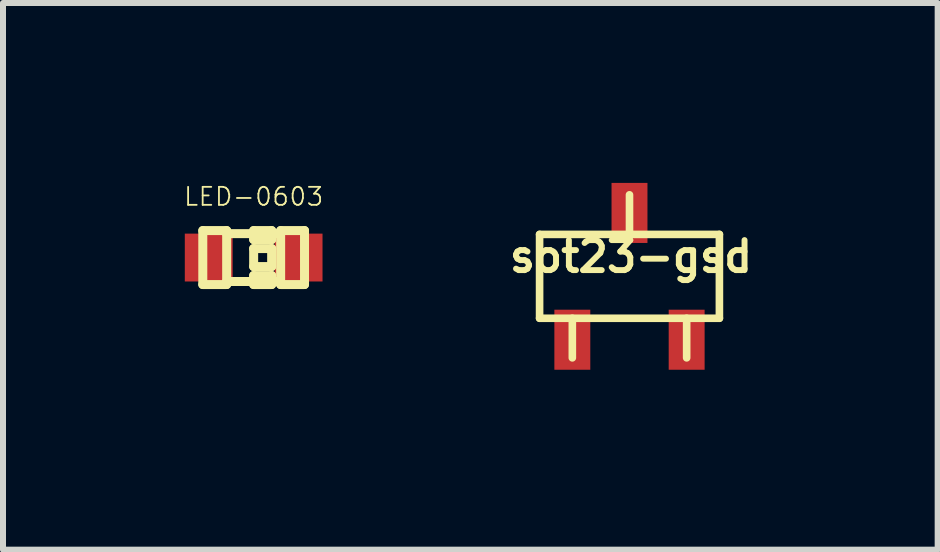
<source format=kicad_pcb>
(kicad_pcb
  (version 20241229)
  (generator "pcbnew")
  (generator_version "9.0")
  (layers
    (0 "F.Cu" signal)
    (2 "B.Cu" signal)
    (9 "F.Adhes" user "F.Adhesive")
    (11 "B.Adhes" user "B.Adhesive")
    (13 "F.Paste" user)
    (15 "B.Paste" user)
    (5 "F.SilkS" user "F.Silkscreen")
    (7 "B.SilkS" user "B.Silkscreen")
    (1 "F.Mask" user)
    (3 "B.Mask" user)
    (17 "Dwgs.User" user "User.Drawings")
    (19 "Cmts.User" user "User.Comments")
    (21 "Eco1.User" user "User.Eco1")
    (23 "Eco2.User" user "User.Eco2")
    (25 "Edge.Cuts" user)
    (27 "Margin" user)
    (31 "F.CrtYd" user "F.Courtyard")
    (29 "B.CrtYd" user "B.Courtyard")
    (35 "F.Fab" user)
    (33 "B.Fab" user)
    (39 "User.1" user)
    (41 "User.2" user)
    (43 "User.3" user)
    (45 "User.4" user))
  (footprint "sot23-gsd"
    (layer "F.Cu")
    (at 7.445 1.557)
    (property "Reference" "sot23-gsd" (at 0.025 -0.33 0) (layer "F.SilkS") (effects (font (size 0.5 0.5) (thickness 0.099))))
    (attr through_hole)
    (fp_line (start -1.499 -0.699) (end 1.499 -0.699) (stroke (width 0.127) (type solid)) (layer "F.SilkS"))
    (fp_line (start -1.499 0.699) (end -1.499 -0.699) (stroke (width 0.127) (type solid)) (layer "F.SilkS"))
    (fp_line (start -0.953 0.699) (end -0.953 1.359) (stroke (width 0.127) (type solid)) (layer "F.SilkS"))
    (fp_line (start 0 -0.699) (end 0 -1.359) (stroke (width 0.127) (type solid)) (layer "F.SilkS"))
    (fp_line (start 0.953 0.699) (end 0.953 1.359) (stroke (width 0.127) (type solid)) (layer "F.SilkS"))
    (fp_line (start 1.499 -0.699) (end 1.499 0.699) (stroke (width 0.127) (type solid)) (layer "F.SilkS"))
    (fp_line (start 1.499 0.699) (end -1.499 0.699) (stroke (width 0.127) (type solid)) (layer "F.SilkS"))
    (pad "D" smd rect (at 0 -1.057) (size 0.599 1.001) (layers "F.Cu" "F.Mask" "F.Paste"))
    (pad "G" smd rect (at -0.953 1.057) (size 0.599 1.001) (layers "F.Cu" "F.Mask" "F.Paste"))
    (pad "S" smd rect (at 0.953 1.057) (size 0.599 1.001) (layers "F.Cu" "F.Mask" "F.Paste")))
  (footprint "LED-0603"
    (layer "F.Cu")
    (at 1.179 1.244)
    (property "Reference" "LED-0603" (at 0 -1.016 0) (layer "F.SilkS") (effects (font (size 0.3 0.3) (thickness 0.03))))
    (attr smd)
    (fp_line (start -0.848 -0.45) (end -0.848 0.45) (stroke (width 0.15) (type solid)) (layer "F.SilkS"))
    (fp_line (start -0.848 -0.45) (end -0.45 -0.45) (stroke (width 0.15) (type solid)) (layer "F.SilkS"))
    (fp_line (start -0.848 0.45) (end -0.45 0.45) (stroke (width 0.15) (type solid)) (layer "F.SilkS"))
    (fp_line (start -0.45 -0.45) (end -0.45 0.45) (stroke (width 0.15) (type solid)) (layer "F.SilkS"))
    (fp_line (start 0 -0.45) (end 0 -0.3) (stroke (width 0.15) (type solid)) (layer "F.SilkS"))
    (fp_line (start 0 -0.45) (end 0.3 -0.45) (stroke (width 0.15) (type solid)) (layer "F.SilkS"))
    (fp_line (start 0 -0.3) (end 0.3 -0.3) (stroke (width 0.15) (type solid)) (layer "F.SilkS"))
    (fp_line (start 0 -0.15) (end 0 0.15) (stroke (width 0.15) (type solid)) (layer "F.SilkS"))
    (fp_line (start 0 -0.15) (end 0.3 -0.15) (stroke (width 0.15) (type solid)) (layer "F.SilkS"))
    (fp_line (start 0 0.15) (end 0.3 0.15) (stroke (width 0.15) (type solid)) (layer "F.SilkS"))
    (fp_line (start 0 0.3) (end 0 0.45) (stroke (width 0.15) (type solid)) (layer "F.SilkS"))
    (fp_line (start 0 0.3) (end 0.3 0.3) (stroke (width 0.15) (type solid)) (layer "F.SilkS"))
    (fp_line (start 0 0.45) (end 0.3 0.45) (stroke (width 0.15) (type solid)) (layer "F.SilkS"))
    (fp_line (start 0.3 -0.45) (end 0.3 -0.3) (stroke (width 0.15) (type solid)) (layer "F.SilkS"))
    (fp_line (start 0.3 -0.15) (end 0.3 0.15) (stroke (width 0.15) (type solid)) (layer "F.SilkS"))
    (fp_line (start 0.3 0.3) (end 0.3 0.45) (stroke (width 0.15) (type solid)) (layer "F.SilkS"))
    (fp_line (start 0.45 -0.45) (end 0.45 0.45) (stroke (width 0.15) (type solid)) (layer "F.SilkS"))
    (fp_line (start 0.45 -0.45) (end 0.848 -0.45) (stroke (width 0.15) (type solid)) (layer "F.SilkS"))
    (fp_line (start 0.45 -0.399) (end -0.45 -0.399) (stroke (width 0.15) (type solid)) (layer "F.SilkS"))
    (fp_line (start 0.45 0.399) (end -0.45 0.399) (stroke (width 0.15) (type solid)) (layer "F.SilkS"))
    (fp_line (start 0.45 0.45) (end 0.848 0.45) (stroke (width 0.15) (type solid)) (layer "F.SilkS"))
    (fp_line (start 0.848 -0.45) (end 0.848 0.45) (stroke (width 0.15) (type solid)) (layer "F.SilkS"))
    (pad "A" smd rect (at -0.749 0) (size 0.798 0.798) (layers "F.Cu" "F.Mask" "F.Paste"))
    (pad "K" smd rect (at 0.749 0) (size 0.798 0.798) (layers "F.Cu" "F.Mask" "F.Paste")))
  (gr_rect
    (start -3 -3)
    (end 12.583 6.114)
    (stroke (width 0.1) (type default))
    (fill no)
    (layer "Edge.Cuts")))
</source>
